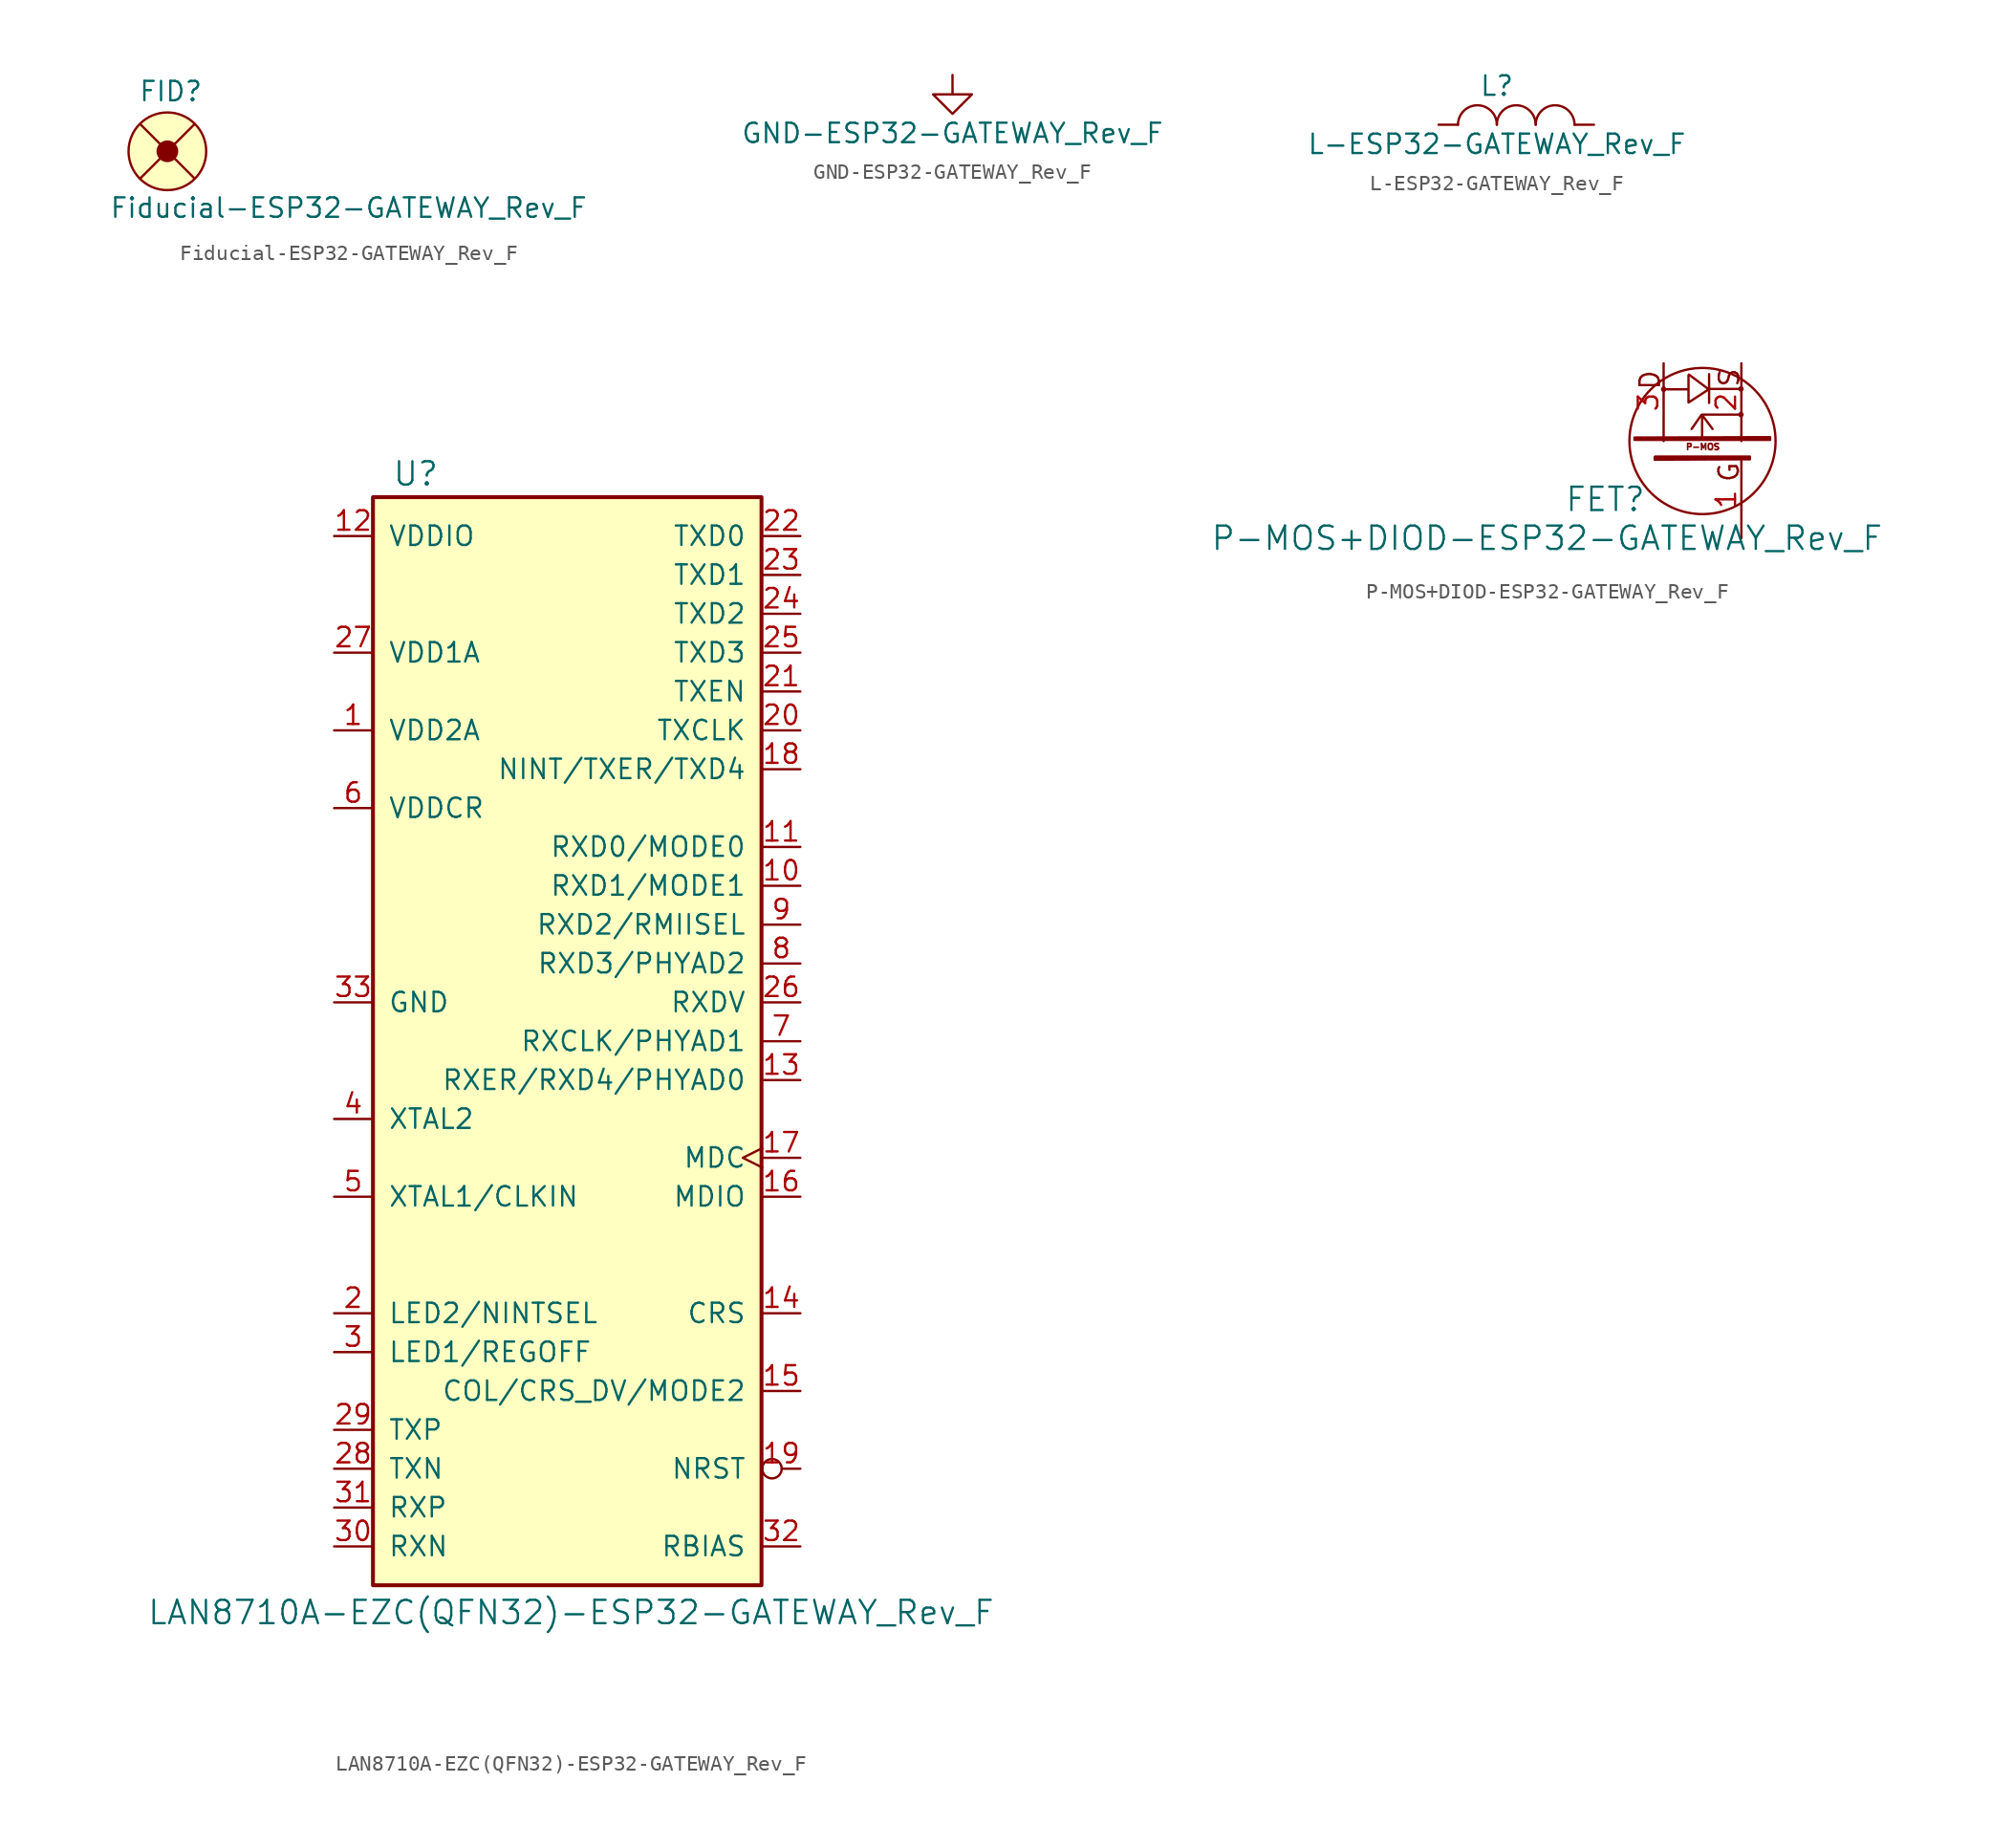
<source format=kicad_sym>
(kicad_symbol_lib
  (version 20220914)
  (generator kicad_symbol_editor)
  (symbol "Fiducial-ESP32-GATEWAY_Rev_F"
    (pin_numbers hide)
    (pin_names
      (offset 0) hide)
    (property "Reference" "FID"
      (at -1.905 3.175 0)
      (effects (font (size 1.27 1.27)) (justify left bottom)))
    (property "Value" "Fiducial-ESP32-GATEWAY_Rev_F"
      (at -3.81 -4.445 0)
      (effects (font (size 1.27 1.27)) (justify left bottom)))
    (property "Datasheet" ""
      (at -1.27 0 90)
      (effects (font (size 1.524 1.524))))
    (symbol "Fiducial-ESP32-GATEWAY_Rev_F_0_1"
      (polyline (pts (xy -1.778 -1.778) (xy 1.778 1.778)) (stroke (width 0) (type solid)) (fill (type none)))
      (polyline (pts (xy 1.778 -1.778) (xy -1.778 1.778)) (stroke (width 0) (type solid)) (fill (type none)))
      (circle (center 0 0) (radius 0.635) (stroke (width 0) (type solid)) (fill (type outline)))
      (circle (center 0 0) (radius 2.54) (stroke (width 0) (type solid)) (fill (type background))))
    (symbol "Fiducial-ESP32-GATEWAY_Rev_F_1_1"
      (pin no_connect line (at 0 0 90) (length 0) (name "FID*" (effects (font (size 1.27 1.27)))) (number "Fid1" (effects (font (size 1.27 1.27)))))))
  (symbol "GND-ESP32-GATEWAY_Rev_F"
    (power)
    (pin_names
      (offset 0))
    (property "Reference" "#PWR"
      (at 0 -6.35 0)
      (effects (font (size 1.27 1.27)) hide))
    (property "Value" "GND-ESP32-GATEWAY_Rev_F"
      (at 0 -3.81 0)
      (effects (font (size 1.27 1.27))))
    (property "Footprint" ""
      (at 0 0 0)
      (effects (font (size 1.524 1.524))))
    (property "Datasheet" ""
      (at 0 0 0)
      (effects (font (size 1.524 1.524))))
    (symbol "GND-ESP32-GATEWAY_Rev_F_0_1"
      (polyline (pts (xy 0 0) (xy 0 -1.27) (xy 1.27 -1.27) (xy 0 -2.54) (xy -1.27 -1.27) (xy 0 -1.27)) (stroke (width 0) (type solid)) (fill (type none))))
    (symbol "GND-ESP32-GATEWAY_Rev_F_1_1"
      (pin power_in line (at 0 0 270) (length 0) hide (name "GND" (effects (font (size 1.27 1.27)))) (number "1" (effects (font (size 1.27 1.27)))))))
  (symbol "L-ESP32-GATEWAY_Rev_F"
    (pin_numbers hide)
    (pin_names
      (offset 0) hide)
    (property "Reference" "L"
      (at -1.27 2.54 0)
      (effects (font (size 1.27 1.27))))
    (property "Value" "L-ESP32-GATEWAY_Rev_F"
      (at -1.27 -1.27 0)
      (effects (font (size 1.27 1.27))))
    (property "Footprint" ""
      (at -1.27 0 0)
      (effects (font (size 1.524 1.524))))
    (property "Datasheet" ""
      (at -1.27 0 0)
      (effects (font (size 1.524 1.524))))
    (symbol "L-ESP32-GATEWAY_Rev_F_0_1"
      (arc (start -1.27 0) (mid -2.54 1.27) (end -3.81 0) (stroke (width 0) (type solid)) (fill (type none)))
      (arc (start 1.27 0) (mid 0 1.27) (end -1.27 0) (stroke (width 0) (type solid)) (fill (type none)))
      (arc (start 3.81 0) (mid 2.54 1.27) (end 1.27 0) (stroke (width 0) (type solid)) (fill (type none))))
    (symbol "L-ESP32-GATEWAY_Rev_F_1_1"
      (pin passive line (at -5.08 0 0) (length 1.27) (name "1" (effects (font (size 0.762 0.762)))) (number "1" (effects (font (size 0.762 0.762)))))
      (pin passive line (at 5.08 0 180) (length 1.27) (name "2" (effects (font (size 0.762 0.762)))) (number "2" (effects (font (size 0.762 0.762)))))))
  (symbol "LAN8710A-EZC(QFN32)-ESP32-GATEWAY_Rev_F"
    (pin_names
      (offset 1.016))
    (property "Reference" "U"
      (at -9.906 37.084 0)
      (effects (font (size 1.524 1.524))))
    (property "Value" "LAN8710A-EZC(QFN32)-ESP32-GATEWAY_Rev_F"
      (at 0.254 -37.338 0)
      (effects (font (size 1.524 1.524))))
    (symbol "LAN8710A-EZC(QFN32)-ESP32-GATEWAY_Rev_F_0_1"
      (rectangle (start -12.7 35.56) (end 12.7 -35.56) (stroke (width 0.254) (type solid)) (fill (type background))))
    (symbol "LAN8710A-EZC(QFN32)-ESP32-GATEWAY_Rev_F_1_1"
      (pin power_in line (at -15.24 20.32 0) (length 2.489) (name "VDD2A" (effects (font (size 1.27 1.27)))) (number "1" (effects (font (size 1.27 1.27)))))
      (pin bidirectional line (at 15.24 10.16 180) (length 2.489) (name "RXD1/MODE1" (effects (font (size 1.27 1.27)))) (number "10" (effects (font (size 1.27 1.27)))))
      (pin bidirectional line (at 15.24 12.7 180) (length 2.489) (name "RXD0/MODE0" (effects (font (size 1.27 1.27)))) (number "11" (effects (font (size 1.27 1.27)))))
      (pin power_in line (at -15.24 33.02 0) (length 2.489) (name "VDDIO" (effects (font (size 1.27 1.27)))) (number "12" (effects (font (size 1.27 1.27)))))
      (pin bidirectional line (at 15.24 -2.54 180) (length 2.489) (name "RXER/RXD4/PHYAD0" (effects (font (size 1.27 1.27)))) (number "13" (effects (font (size 1.27 1.27)))))
      (pin output line (at 15.24 -17.78 180) (length 2.489) (name "CRS" (effects (font (size 1.27 1.27)))) (number "14" (effects (font (size 1.27 1.27)))))
      (pin bidirectional line (at 15.24 -22.86 180) (length 2.489) (name "COL/CRS_DV/MODE2" (effects (font (size 1.27 1.27)))) (number "15" (effects (font (size 1.27 1.27)))))
      (pin bidirectional line (at 15.24 -10.16 180) (length 2.489) (name "MDIO" (effects (font (size 1.27 1.27)))) (number "16" (effects (font (size 1.27 1.27)))))
      (pin input clock (at 15.24 -7.62 180) (length 2.489) (name "MDC" (effects (font (size 1.27 1.27)))) (number "17" (effects (font (size 1.27 1.27)))))
      (pin bidirectional line (at 15.24 17.78 180) (length 2.489) (name "NINT/TXER/TXD4" (effects (font (size 1.27 1.27)))) (number "18" (effects (font (size 1.27 1.27)))))
      (pin input inverted (at 15.24 -27.94 180) (length 2.489) (name "NRST" (effects (font (size 1.27 1.27)))) (number "19" (effects (font (size 1.27 1.27)))))
      (pin bidirectional line (at -15.24 -17.78 0) (length 2.489) (name "LED2/NINTSEL" (effects (font (size 1.27 1.27)))) (number "2" (effects (font (size 1.27 1.27)))))
      (pin output line (at 15.24 20.32 180) (length 2.489) (name "TXCLK" (effects (font (size 1.27 1.27)))) (number "20" (effects (font (size 1.27 1.27)))))
      (pin input line (at 15.24 22.86 180) (length 2.489) (name "TXEN" (effects (font (size 1.27 1.27)))) (number "21" (effects (font (size 1.27 1.27)))))
      (pin input line (at 15.24 33.02 180) (length 2.489) (name "TXD0" (effects (font (size 1.27 1.27)))) (number "22" (effects (font (size 1.27 1.27)))))
      (pin input line (at 15.24 30.48 180) (length 2.489) (name "TXD1" (effects (font (size 1.27 1.27)))) (number "23" (effects (font (size 1.27 1.27)))))
      (pin input line (at 15.24 27.94 180) (length 2.489) (name "TXD2" (effects (font (size 1.27 1.27)))) (number "24" (effects (font (size 1.27 1.27)))))
      (pin input line (at 15.24 25.4 180) (length 2.489) (name "TXD3" (effects (font (size 1.27 1.27)))) (number "25" (effects (font (size 1.27 1.27)))))
      (pin output line (at 15.24 2.54 180) (length 2.489) (name "RXDV" (effects (font (size 1.27 1.27)))) (number "26" (effects (font (size 1.27 1.27)))))
      (pin power_in line (at -15.24 25.4 0) (length 2.489) (name "VDD1A" (effects (font (size 1.27 1.27)))) (number "27" (effects (font (size 1.27 1.27)))))
      (pin output line (at -15.24 -27.94 0) (length 2.489) (name "TXN" (effects (font (size 1.27 1.27)))) (number "28" (effects (font (size 1.27 1.27)))))
      (pin output line (at -15.24 -25.4 0) (length 2.489) (name "TXP" (effects (font (size 1.27 1.27)))) (number "29" (effects (font (size 1.27 1.27)))))
      (pin bidirectional line (at -15.24 -20.32 0) (length 2.489) (name "LED1/REGOFF" (effects (font (size 1.27 1.27)))) (number "3" (effects (font (size 1.27 1.27)))))
      (pin input line (at -15.24 -33.02 0) (length 2.489) (name "RXN" (effects (font (size 1.27 1.27)))) (number "30" (effects (font (size 1.27 1.27)))))
      (pin input line (at -15.24 -30.48 0) (length 2.489) (name "RXP" (effects (font (size 1.27 1.27)))) (number "31" (effects (font (size 1.27 1.27)))))
      (pin input line (at 15.24 -33.02 180) (length 2.489) (name "RBIAS" (effects (font (size 1.27 1.27)))) (number "32" (effects (font (size 1.27 1.27)))))
      (pin power_in line (at -15.24 2.54 0) (length 2.489) (name "GND" (effects (font (size 1.27 1.27)))) (number "33" (effects (font (size 1.27 1.27)))))
      (pin output line (at -15.24 -5.08 0) (length 2.489) (name "XTAL2" (effects (font (size 1.27 1.27)))) (number "4" (effects (font (size 1.27 1.27)))))
      (pin input line (at -15.24 -10.16 0) (length 2.489) (name "XTAL1/CLKIN" (effects (font (size 1.27 1.27)))) (number "5" (effects (font (size 1.27 1.27)))))
      (pin power_in line (at -15.24 15.24 0) (length 2.489) (name "VDDCR" (effects (font (size 1.27 1.27)))) (number "6" (effects (font (size 1.27 1.27)))))
      (pin bidirectional line (at 15.24 0 180) (length 2.489) (name "RXCLK/PHYAD1" (effects (font (size 1.27 1.27)))) (number "7" (effects (font (size 1.27 1.27)))))
      (pin bidirectional line (at 15.24 5.08 180) (length 2.489) (name "RXD3/PHYAD2" (effects (font (size 1.27 1.27)))) (number "8" (effects (font (size 1.27 1.27)))))
      (pin bidirectional line (at 15.24 7.62 180) (length 2.489) (name "RXD2/RMIISEL" (effects (font (size 1.27 1.27)))) (number "9" (effects (font (size 1.27 1.27)))))))
  (symbol "P-MOS+DIOD-ESP32-GATEWAY_Rev_F"
    (pin_names
      (offset 1.016))
    (property "Reference" "FET"
      (at -6.35 -3.81 0)
      (effects (font (size 1.524 1.524))))
    (property "Value" "P-MOS+DIOD-ESP32-GATEWAY_Rev_F"
      (at -10.16 -6.35 0)
      (effects (font (size 1.524 1.524))))
    (property "Footprint" ""
      (at 0 0 0)
      (effects (font (size 1.524 1.524))))
    (property "Datasheet" ""
      (at 0 0 0)
      (effects (font (size 1.524 1.524))))
    (symbol "P-MOS+DIOD-ESP32-GATEWAY_Rev_F_0_0"
      (circle (center -2.54 3.378) (radius 0.102) (stroke (width 0) (type solid)) (fill (type none)))
      (polyline (pts (xy -0.025 1.702) (xy 0.66 0.787)) (stroke (width 0) (type solid)) (fill (type none)))
      (polyline (pts (xy 0.432 4.369) (xy 0.432 2.489)) (stroke (width 0) (type solid)) (fill (type none)))
      (polyline (pts (xy 0.457 3.404) (xy 2.489 3.404)) (stroke (width 0) (type solid)) (fill (type none)))
      (polyline (pts (xy -0.076 1.702) (xy -0.711 0.787) (xy -0.686 0.838)) (stroke (width 0) (type solid)) (fill (type none)))
      (polyline (pts (xy -0.025 0.254) (xy -0.025 1.727) (xy 2.515 1.727)) (stroke (width 0) (type solid)) (fill (type none)))
      (polyline (pts (xy -2.515 3.378) (xy -0.914 3.378) (xy -0.914 4.293) (xy -0.914 2.515) (xy 0.406 3.378) (xy -0.889 4.343)) (stroke (width 0) (type solid)) (fill (type none)))
      (polyline (pts (xy -4.445 0.229) (xy 4.42 0.254) (xy 4.42 0.076) (xy -4.42 0.076) (xy -4.445 0.076) (xy -4.445 0.152) (xy 4.293 0.152)) (stroke (width 0) (type solid)) (fill (type none)))
      (polyline (pts (xy -3.099 -1.016) (xy 3.099 -1.016) (xy 3.099 -1.194) (xy -3.073 -1.219) (xy -3.124 -1.219) (xy -3.124 -1.041) (xy -3.048 -1.143) (xy 2.997 -1.118)) (stroke (width 0) (type solid)) (fill (type none)))
      (circle (center 0 0) (radius 4.775) (stroke (width 0) (type solid)) (fill (type none)))
      (circle (center 2.515 1.727) (radius 0.102) (stroke (width 0) (type solid)) (fill (type none)))
      (circle (center 2.515 3.404) (radius 0.102) (stroke (width 0) (type solid)) (fill (type none)))
      (text "D" (at -3.429 3.988 900) (effects (font (size 1.27 1.27))))
      (text "G" (at 1.727 -2.032 900) (effects (font (size 1.27 1.27))))
      (text "P-MOS" (at 0.025 -0.381 0) (effects (font (size 0.406 0.406))))
      (text "S" (at 1.753 4.14 900) (effects (font (size 1.27 1.27)))))
    (symbol "P-MOS+DIOD-ESP32-GATEWAY_Rev_F_1_1"
      (pin input line (at 2.54 -6.35 90) (length 5.08) (name "~" (effects (font (size 1.27 1.27)))) (number "1" (effects (font (size 1.27 1.27)))))
      (pin passive line (at 2.54 5.08 270) (length 5.08) (name "~" (effects (font (size 1.27 1.27)))) (number "2" (effects (font (size 1.27 1.27)))))
      (pin passive line (at -2.54 5.08 270) (length 5.08) (name "~" (effects (font (size 1.27 1.27)))) (number "3" (effects (font (size 1.27 1.27))))))))
</source>
